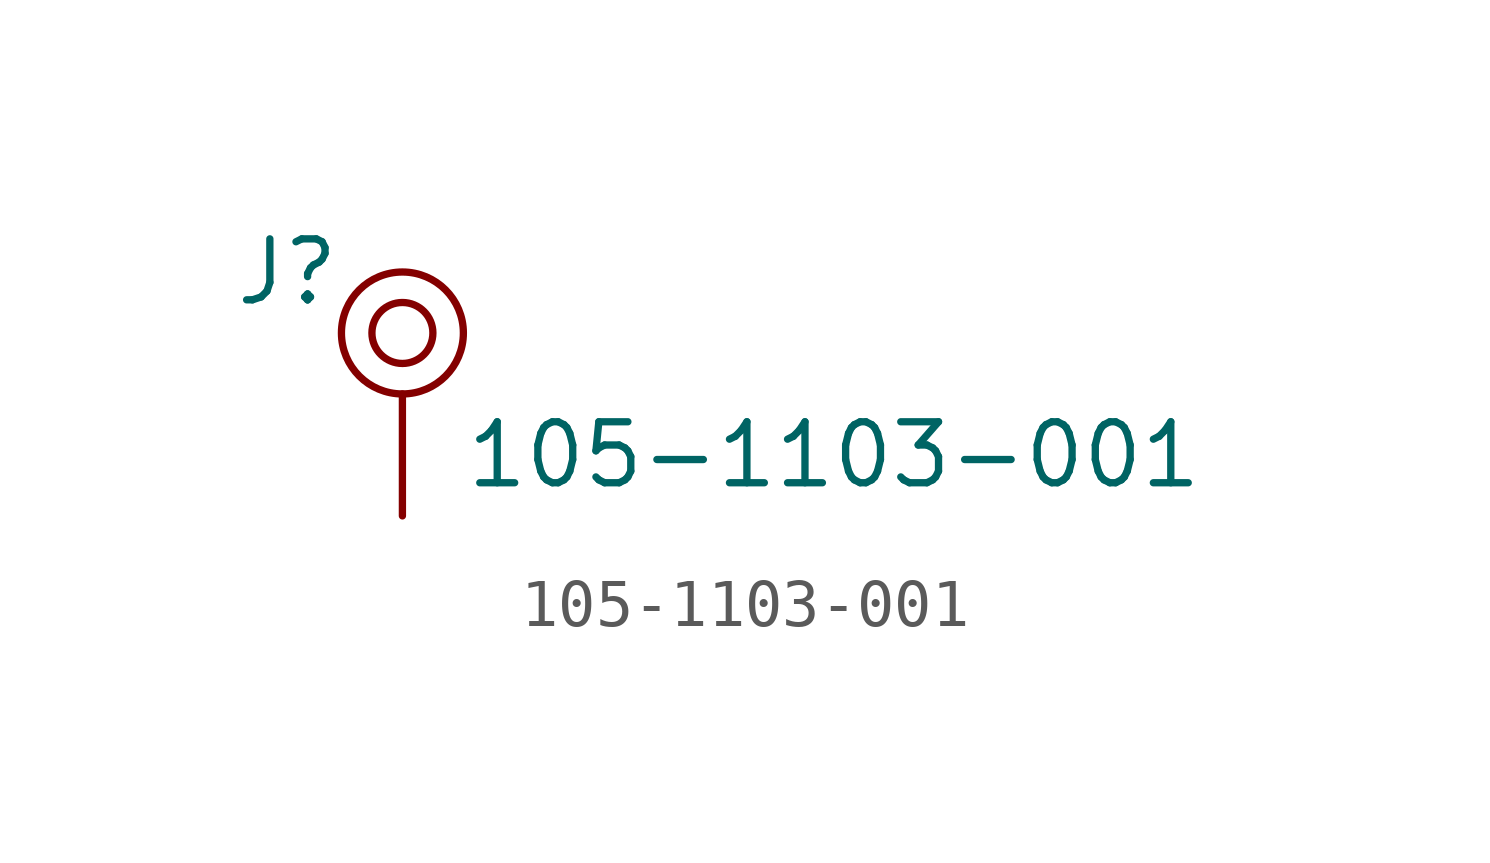
<source format=kicad_sym>
(kicad_symbol_lib
  (version 20220914)
  (generator kicad_symbol_editor)
  (symbol "105-1103-001"
    (pin_numbers hide)
    (pin_names
      (offset 1.016) hide)
    (property "Reference" "J"
      (at -1.27 1.27 0)
      (effects (font (size 1.27 1.27)) (justify right)))
    (property "Value" "105-1103-001"
      (at 1.27 -2.54 0)
      (effects (font (size 1.27 1.27)) (justify left)))
    (symbol "105-1103-001_1_1"
      (circle (center 0 0) (radius 0.635) (stroke (width 0) (type solid)) (fill (type none)))
      (circle (center 0 0) (radius 1.27) (stroke (width 0) (type solid)) (fill (type none)))
      (pin passive line (at 0 -3.81 90) (length 2.54) (name "~" (effects (font (size 1.27 1.27)))) (number "1" (effects (font (size 1.27 1.27))))))))
</source>
